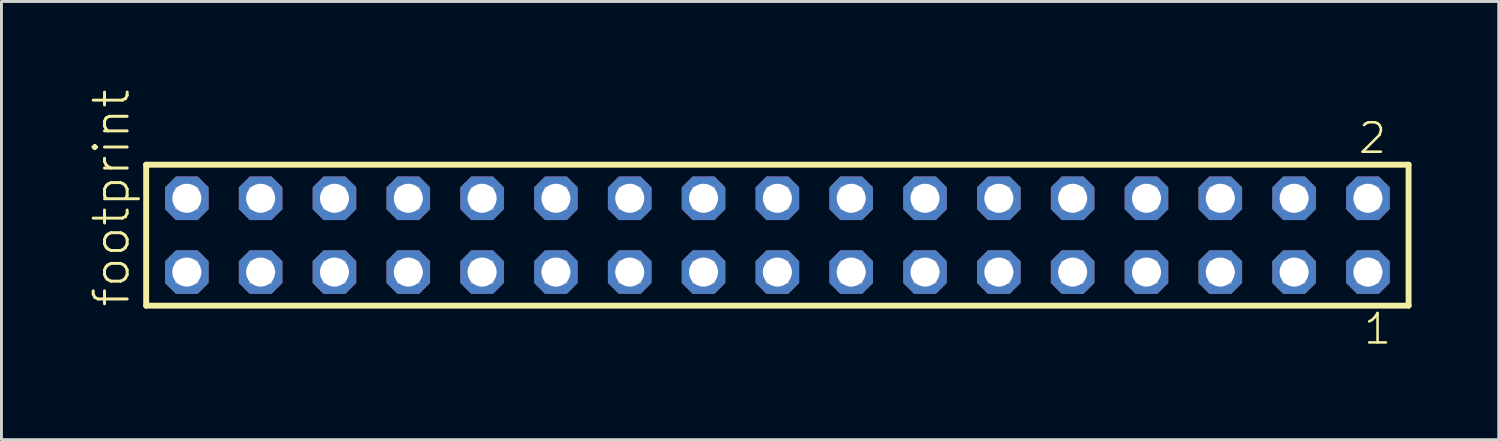
<source format=kicad_pcb>
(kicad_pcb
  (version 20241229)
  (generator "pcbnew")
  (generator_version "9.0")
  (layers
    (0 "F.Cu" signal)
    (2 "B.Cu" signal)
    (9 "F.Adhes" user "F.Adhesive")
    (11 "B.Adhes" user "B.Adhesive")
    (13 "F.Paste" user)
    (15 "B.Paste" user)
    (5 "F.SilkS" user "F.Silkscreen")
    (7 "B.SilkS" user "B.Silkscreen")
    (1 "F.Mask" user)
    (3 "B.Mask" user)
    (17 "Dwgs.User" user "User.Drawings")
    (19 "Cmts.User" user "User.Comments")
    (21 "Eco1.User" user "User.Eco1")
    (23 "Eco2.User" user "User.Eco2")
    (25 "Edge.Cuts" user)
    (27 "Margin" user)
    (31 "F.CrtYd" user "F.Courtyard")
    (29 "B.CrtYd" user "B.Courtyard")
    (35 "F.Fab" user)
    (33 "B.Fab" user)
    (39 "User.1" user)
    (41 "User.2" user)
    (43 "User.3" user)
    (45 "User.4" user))
  (footprint "footprint"
    (layer "F.Cu")
    (at 23.698 5.042)
    (property "Reference" "footprint" (at -22.225 2.54 90) (layer "F.SilkS") (effects (font (size 1.168 1.168) (thickness 0.102)) (justify left bottom)))
    (fp_line (start -21.719 -2.425) (end 21.719 -2.425) (stroke (width 0.203) (type solid)) (layer "F.SilkS"))
    (fp_line (start -21.719 2.425) (end -21.719 -2.425) (stroke (width 0.203) (type solid)) (layer "F.SilkS"))
    (fp_line (start 21.719 -2.425) (end 21.719 2.425) (stroke (width 0.203) (type solid)) (layer "F.SilkS"))
    (fp_line (start 21.719 2.425) (end -21.719 2.425) (stroke (width 0.203) (type solid)) (layer "F.SilkS"))
    (fp_poly (pts (xy -20.67 -0.92) (xy -19.97 -0.92) (xy -19.97 -1.62) (xy -20.67 -1.62)) (stroke (width 0.1) (type solid)) (fill no) (layer "F.Fab"))
    (fp_poly (pts (xy -20.67 1.62) (xy -19.97 1.62) (xy -19.97 0.92) (xy -20.67 0.92)) (stroke (width 0.1) (type solid)) (fill no) (layer "F.Fab"))
    (fp_poly (pts (xy -18.13 -0.92) (xy -17.43 -0.92) (xy -17.43 -1.62) (xy -18.13 -1.62)) (stroke (width 0.1) (type solid)) (fill no) (layer "F.Fab"))
    (fp_poly (pts (xy -18.13 1.62) (xy -17.43 1.62) (xy -17.43 0.92) (xy -18.13 0.92)) (stroke (width 0.1) (type solid)) (fill no) (layer "F.Fab"))
    (fp_poly (pts (xy -15.59 -0.92) (xy -14.89 -0.92) (xy -14.89 -1.62) (xy -15.59 -1.62)) (stroke (width 0.1) (type solid)) (fill no) (layer "F.Fab"))
    (fp_poly (pts (xy -15.59 1.62) (xy -14.89 1.62) (xy -14.89 0.92) (xy -15.59 0.92)) (stroke (width 0.1) (type solid)) (fill no) (layer "F.Fab"))
    (fp_poly (pts (xy -13.05 -0.92) (xy -12.35 -0.92) (xy -12.35 -1.62) (xy -13.05 -1.62)) (stroke (width 0.1) (type solid)) (fill no) (layer "F.Fab"))
    (fp_poly (pts (xy -13.05 1.62) (xy -12.35 1.62) (xy -12.35 0.92) (xy -13.05 0.92)) (stroke (width 0.1) (type solid)) (fill no) (layer "F.Fab"))
    (fp_poly (pts (xy -10.51 -0.92) (xy -9.81 -0.92) (xy -9.81 -1.62) (xy -10.51 -1.62)) (stroke (width 0.1) (type solid)) (fill no) (layer "F.Fab"))
    (fp_poly (pts (xy -10.51 1.62) (xy -9.81 1.62) (xy -9.81 0.92) (xy -10.51 0.92)) (stroke (width 0.1) (type solid)) (fill no) (layer "F.Fab"))
    (fp_poly (pts (xy -7.97 -0.92) (xy -7.27 -0.92) (xy -7.27 -1.62) (xy -7.97 -1.62)) (stroke (width 0.1) (type solid)) (fill no) (layer "F.Fab"))
    (fp_poly (pts (xy -7.97 1.62) (xy -7.27 1.62) (xy -7.27 0.92) (xy -7.97 0.92)) (stroke (width 0.1) (type solid)) (fill no) (layer "F.Fab"))
    (fp_poly (pts (xy -5.43 -0.92) (xy -4.73 -0.92) (xy -4.73 -1.62) (xy -5.43 -1.62)) (stroke (width 0.1) (type solid)) (fill no) (layer "F.Fab"))
    (fp_poly (pts (xy -5.43 1.62) (xy -4.73 1.62) (xy -4.73 0.92) (xy -5.43 0.92)) (stroke (width 0.1) (type solid)) (fill no) (layer "F.Fab"))
    (fp_poly (pts (xy -2.89 -0.92) (xy -2.19 -0.92) (xy -2.19 -1.62) (xy -2.89 -1.62)) (stroke (width 0.1) (type solid)) (fill no) (layer "F.Fab"))
    (fp_poly (pts (xy -2.89 1.62) (xy -2.19 1.62) (xy -2.19 0.92) (xy -2.89 0.92)) (stroke (width 0.1) (type solid)) (fill no) (layer "F.Fab"))
    (fp_poly (pts (xy -0.35 -0.92) (xy 0.35 -0.92) (xy 0.35 -1.62) (xy -0.35 -1.62)) (stroke (width 0.1) (type solid)) (fill no) (layer "F.Fab"))
    (fp_poly (pts (xy -0.35 1.62) (xy 0.35 1.62) (xy 0.35 0.92) (xy -0.35 0.92)) (stroke (width 0.1) (type solid)) (fill no) (layer "F.Fab"))
    (fp_poly (pts (xy 2.19 -0.92) (xy 2.89 -0.92) (xy 2.89 -1.62) (xy 2.19 -1.62)) (stroke (width 0.1) (type solid)) (fill no) (layer "F.Fab"))
    (fp_poly (pts (xy 2.19 1.62) (xy 2.89 1.62) (xy 2.89 0.92) (xy 2.19 0.92)) (stroke (width 0.1) (type solid)) (fill no) (layer "F.Fab"))
    (fp_poly (pts (xy 4.73 -0.92) (xy 5.43 -0.92) (xy 5.43 -1.62) (xy 4.73 -1.62)) (stroke (width 0.1) (type solid)) (fill no) (layer "F.Fab"))
    (fp_poly (pts (xy 4.73 1.62) (xy 5.43 1.62) (xy 5.43 0.92) (xy 4.73 0.92)) (stroke (width 0.1) (type solid)) (fill no) (layer "F.Fab"))
    (fp_poly (pts (xy 7.27 -0.92) (xy 7.97 -0.92) (xy 7.97 -1.62) (xy 7.27 -1.62)) (stroke (width 0.1) (type solid)) (fill no) (layer "F.Fab"))
    (fp_poly (pts (xy 7.27 1.62) (xy 7.97 1.62) (xy 7.97 0.92) (xy 7.27 0.92)) (stroke (width 0.1) (type solid)) (fill no) (layer "F.Fab"))
    (fp_poly (pts (xy 9.81 -0.92) (xy 10.51 -0.92) (xy 10.51 -1.62) (xy 9.81 -1.62)) (stroke (width 0.1) (type solid)) (fill no) (layer "F.Fab"))
    (fp_poly (pts (xy 9.81 1.62) (xy 10.51 1.62) (xy 10.51 0.92) (xy 9.81 0.92)) (stroke (width 0.1) (type solid)) (fill no) (layer "F.Fab"))
    (fp_poly (pts (xy 12.35 -0.92) (xy 13.05 -0.92) (xy 13.05 -1.62) (xy 12.35 -1.62)) (stroke (width 0.1) (type solid)) (fill no) (layer "F.Fab"))
    (fp_poly (pts (xy 12.35 1.62) (xy 13.05 1.62) (xy 13.05 0.92) (xy 12.35 0.92)) (stroke (width 0.1) (type solid)) (fill no) (layer "F.Fab"))
    (fp_poly (pts (xy 14.89 -0.92) (xy 15.59 -0.92) (xy 15.59 -1.62) (xy 14.89 -1.62)) (stroke (width 0.1) (type solid)) (fill no) (layer "F.Fab"))
    (fp_poly (pts (xy 14.89 1.62) (xy 15.59 1.62) (xy 15.59 0.92) (xy 14.89 0.92)) (stroke (width 0.1) (type solid)) (fill no) (layer "F.Fab"))
    (fp_poly (pts (xy 17.43 -0.92) (xy 18.13 -0.92) (xy 18.13 -1.62) (xy 17.43 -1.62)) (stroke (width 0.1) (type solid)) (fill no) (layer "F.Fab"))
    (fp_poly (pts (xy 17.43 1.62) (xy 18.13 1.62) (xy 18.13 0.92) (xy 17.43 0.92)) (stroke (width 0.1) (type solid)) (fill no) (layer "F.Fab"))
    (fp_poly (pts (xy 19.97 -0.92) (xy 20.67 -0.92) (xy 20.67 -1.62) (xy 19.97 -1.62)) (stroke (width 0.1) (type solid)) (fill no) (layer "F.Fab"))
    (fp_poly (pts (xy 19.97 1.62) (xy 20.67 1.62) (xy 20.67 0.92) (xy 19.97 0.92)) (stroke (width 0.1) (type solid)) (fill no) (layer "F.Fab"))
    (fp_text user "1" (at 20.112 3.818 0) (layer "F.SilkS") (effects (font (size 1.012 1.012) (thickness 0.088)) (justify left bottom)))
    (fp_text user "2" (at 19.937 -2.744 0) (layer "F.SilkS") (effects (font (size 1.012 1.012) (thickness 0.088)) (justify left bottom)))
    (pad "1" thru_hole roundrect (at 20.32 1.27 180) (size 1.5 1.5) (drill 1) (layers "*.Cu" "*.Mask") (roundrect_rratio 0.25) (chamfer_ratio 0.25) (chamfer top_left top_right bottom_left bottom_right))
    (pad "2" thru_hole roundrect (at 20.32 -1.27 180) (size 1.5 1.5) (drill 1) (layers "*.Cu" "*.Mask") (roundrect_rratio 0.25) (chamfer_ratio 0.25) (chamfer top_left top_right bottom_left bottom_right))
    (pad "3" thru_hole roundrect (at 17.78 1.27 180) (size 1.5 1.5) (drill 1) (layers "*.Cu" "*.Mask") (roundrect_rratio 0.25) (chamfer_ratio 0.25) (chamfer top_left top_right bottom_left bottom_right))
    (pad "4" thru_hole roundrect (at 17.78 -1.27 180) (size 1.5 1.5) (drill 1) (layers "*.Cu" "*.Mask") (roundrect_rratio 0.25) (chamfer_ratio 0.25) (chamfer top_left top_right bottom_left bottom_right))
    (pad "5" thru_hole roundrect (at 15.24 1.27 180) (size 1.5 1.5) (drill 1) (layers "*.Cu" "*.Mask") (roundrect_rratio 0.25) (chamfer_ratio 0.25) (chamfer top_left top_right bottom_left bottom_right))
    (pad "6" thru_hole roundrect (at 15.24 -1.27 180) (size 1.5 1.5) (drill 1) (layers "*.Cu" "*.Mask") (roundrect_rratio 0.25) (chamfer_ratio 0.25) (chamfer top_left top_right bottom_left bottom_right))
    (pad "7" thru_hole roundrect (at 12.7 1.27 180) (size 1.5 1.5) (drill 1) (layers "*.Cu" "*.Mask") (roundrect_rratio 0.25) (chamfer_ratio 0.25) (chamfer top_left top_right bottom_left bottom_right))
    (pad "8" thru_hole roundrect (at 12.7 -1.27 180) (size 1.5 1.5) (drill 1) (layers "*.Cu" "*.Mask") (roundrect_rratio 0.25) (chamfer_ratio 0.25) (chamfer top_left top_right bottom_left bottom_right))
    (pad "9" thru_hole roundrect (at 10.16 1.27 180) (size 1.5 1.5) (drill 1) (layers "*.Cu" "*.Mask") (roundrect_rratio 0.25) (chamfer_ratio 0.25) (chamfer top_left top_right bottom_left bottom_right))
    (pad "10" thru_hole roundrect (at 10.16 -1.27 180) (size 1.5 1.5) (drill 1) (layers "*.Cu" "*.Mask") (roundrect_rratio 0.25) (chamfer_ratio 0.25) (chamfer top_left top_right bottom_left bottom_right))
    (pad "11" thru_hole roundrect (at 7.62 1.27 180) (size 1.5 1.5) (drill 1) (layers "*.Cu" "*.Mask") (roundrect_rratio 0.25) (chamfer_ratio 0.25) (chamfer top_left top_right bottom_left bottom_right))
    (pad "12" thru_hole roundrect (at 7.62 -1.27 180) (size 1.5 1.5) (drill 1) (layers "*.Cu" "*.Mask") (roundrect_rratio 0.25) (chamfer_ratio 0.25) (chamfer top_left top_right bottom_left bottom_right))
    (pad "13" thru_hole roundrect (at 5.08 1.27 180) (size 1.5 1.5) (drill 1) (layers "*.Cu" "*.Mask") (roundrect_rratio 0.25) (chamfer_ratio 0.25) (chamfer top_left top_right bottom_left bottom_right))
    (pad "14" thru_hole roundrect (at 5.08 -1.27 180) (size 1.5 1.5) (drill 1) (layers "*.Cu" "*.Mask") (roundrect_rratio 0.25) (chamfer_ratio 0.25) (chamfer top_left top_right bottom_left bottom_right))
    (pad "15" thru_hole roundrect (at 2.54 1.27 180) (size 1.5 1.5) (drill 1) (layers "*.Cu" "*.Mask") (roundrect_rratio 0.25) (chamfer_ratio 0.25) (chamfer top_left top_right bottom_left bottom_right))
    (pad "16" thru_hole roundrect (at 2.54 -1.27 180) (size 1.5 1.5) (drill 1) (layers "*.Cu" "*.Mask") (roundrect_rratio 0.25) (chamfer_ratio 0.25) (chamfer top_left top_right bottom_left bottom_right))
    (pad "17" thru_hole roundrect (at 0 1.27 180) (size 1.5 1.5) (drill 1) (layers "*.Cu" "*.Mask") (roundrect_rratio 0.25) (chamfer_ratio 0.25) (chamfer top_left top_right bottom_left bottom_right))
    (pad "18" thru_hole roundrect (at 0 -1.27 180) (size 1.5 1.5) (drill 1) (layers "*.Cu" "*.Mask") (roundrect_rratio 0.25) (chamfer_ratio 0.25) (chamfer top_left top_right bottom_left bottom_right))
    (pad "19" thru_hole roundrect (at -2.54 1.27 180) (size 1.5 1.5) (drill 1) (layers "*.Cu" "*.Mask") (roundrect_rratio 0.25) (chamfer_ratio 0.25) (chamfer top_left top_right bottom_left bottom_right))
    (pad "20" thru_hole roundrect (at -2.54 -1.27 180) (size 1.5 1.5) (drill 1) (layers "*.Cu" "*.Mask") (roundrect_rratio 0.25) (chamfer_ratio 0.25) (chamfer top_left top_right bottom_left bottom_right))
    (pad "21" thru_hole roundrect (at -5.08 1.27 180) (size 1.5 1.5) (drill 1) (layers "*.Cu" "*.Mask") (roundrect_rratio 0.25) (chamfer_ratio 0.25) (chamfer top_left top_right bottom_left bottom_right))
    (pad "22" thru_hole roundrect (at -5.08 -1.27 180) (size 1.5 1.5) (drill 1) (layers "*.Cu" "*.Mask") (roundrect_rratio 0.25) (chamfer_ratio 0.25) (chamfer top_left top_right bottom_left bottom_right))
    (pad "23" thru_hole roundrect (at -7.62 1.27 180) (size 1.5 1.5) (drill 1) (layers "*.Cu" "*.Mask") (roundrect_rratio 0.25) (chamfer_ratio 0.25) (chamfer top_left top_right bottom_left bottom_right))
    (pad "24" thru_hole roundrect (at -7.62 -1.27 180) (size 1.5 1.5) (drill 1) (layers "*.Cu" "*.Mask") (roundrect_rratio 0.25) (chamfer_ratio 0.25) (chamfer top_left top_right bottom_left bottom_right))
    (pad "25" thru_hole roundrect (at -10.16 1.27 180) (size 1.5 1.5) (drill 1) (layers "*.Cu" "*.Mask") (roundrect_rratio 0.25) (chamfer_ratio 0.25) (chamfer top_left top_right bottom_left bottom_right))
    (pad "26" thru_hole roundrect (at -10.16 -1.27 180) (size 1.5 1.5) (drill 1) (layers "*.Cu" "*.Mask") (roundrect_rratio 0.25) (chamfer_ratio 0.25) (chamfer top_left top_right bottom_left bottom_right))
    (pad "27" thru_hole roundrect (at -12.7 1.27 180) (size 1.5 1.5) (drill 1) (layers "*.Cu" "*.Mask") (roundrect_rratio 0.25) (chamfer_ratio 0.25) (chamfer top_left top_right bottom_left bottom_right))
    (pad "28" thru_hole roundrect (at -12.7 -1.27 180) (size 1.5 1.5) (drill 1) (layers "*.Cu" "*.Mask") (roundrect_rratio 0.25) (chamfer_ratio 0.25) (chamfer top_left top_right bottom_left bottom_right))
    (pad "29" thru_hole roundrect (at -15.24 1.27 180) (size 1.5 1.5) (drill 1) (layers "*.Cu" "*.Mask") (roundrect_rratio 0.25) (chamfer_ratio 0.25) (chamfer top_left top_right bottom_left bottom_right))
    (pad "30" thru_hole roundrect (at -15.24 -1.27 180) (size 1.5 1.5) (drill 1) (layers "*.Cu" "*.Mask") (roundrect_rratio 0.25) (chamfer_ratio 0.25) (chamfer top_left top_right bottom_left bottom_right))
    (pad "31" thru_hole roundrect (at -17.78 1.27 180) (size 1.5 1.5) (drill 1) (layers "*.Cu" "*.Mask") (roundrect_rratio 0.25) (chamfer_ratio 0.25) (chamfer top_left top_right bottom_left bottom_right))
    (pad "32" thru_hole roundrect (at -17.78 -1.27 180) (size 1.5 1.5) (drill 1) (layers "*.Cu" "*.Mask") (roundrect_rratio 0.25) (chamfer_ratio 0.25) (chamfer top_left top_right bottom_left bottom_right))
    (pad "33" thru_hole roundrect (at -20.32 1.27 180) (size 1.5 1.5) (drill 1) (layers "*.Cu" "*.Mask") (roundrect_rratio 0.25) (chamfer_ratio 0.25) (chamfer top_left top_right bottom_left bottom_right))
    (pad "34" thru_hole roundrect (at -20.32 -1.27 180) (size 1.5 1.5) (drill 1) (layers "*.Cu" "*.Mask") (roundrect_rratio 0.25) (chamfer_ratio 0.25) (chamfer top_left top_right bottom_left bottom_right)))
  (gr_rect
    (start -3 -3)
    (end 48.519 12.077)
    (stroke (width 0.1) (type default))
    (fill no)
    (layer "Edge.Cuts")))
</source>
